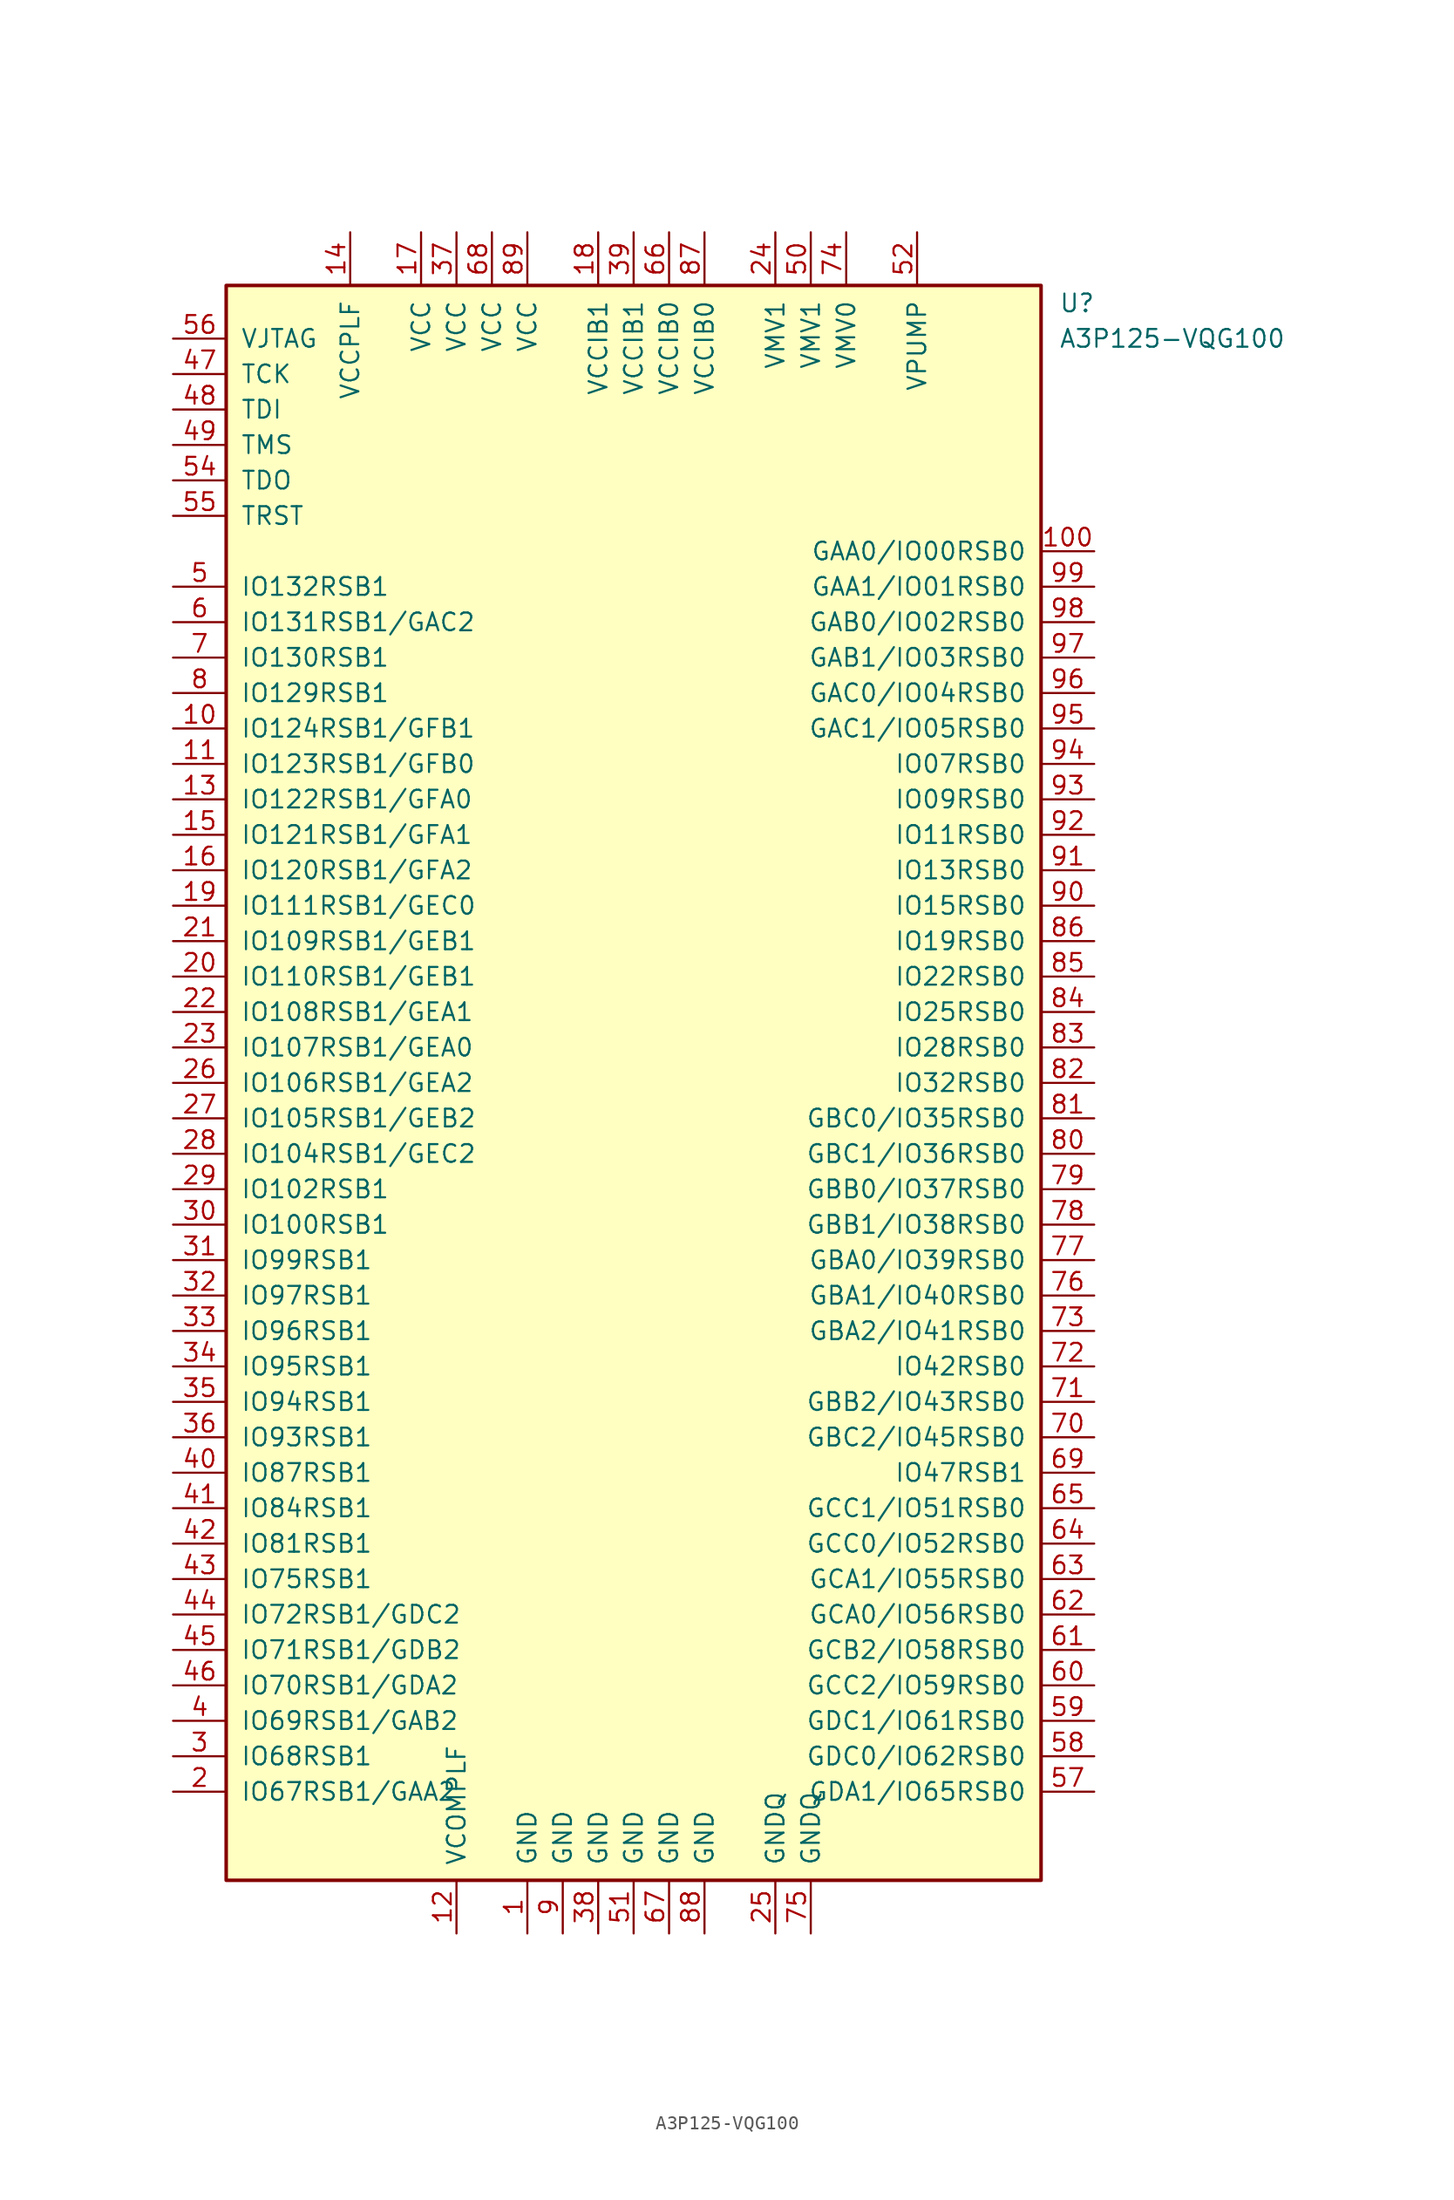
<source format=kicad_sym>
(kicad_symbol_lib
  (version 20231120)
  (generator "kicad_symbol_editor")
  (generator_version "8.0")
  (symbol "A3P125-VQG100"
    (pin_names
      (offset 1.016))
    (property "Reference" "U"
      (at 30.48 55.88 0)
      (effects (font (size 1.27 1.27)) (justify left)))
    (property "Value" "A3P125-VQG100"
      (at 30.48 53.34 0)
      (effects (font (size 1.27 1.27)) (justify left)))
    (symbol "A3P125-VQG100_0_1"
      (rectangle (start -29.21 57.15) (end 29.21 -57.15) (stroke (width 0.254) (type default)) (fill (type background))))
    (symbol "A3P125-VQG100_1_1"
      (pin power_in line (at -7.62 -60.96 90) (length 3.81) (name "GND" (effects (font (size 1.27 1.27)))) (number "1" (effects (font (size 1.27 1.27)))))
      (pin bidirectional line (at -33.02 25.4 0) (length 3.81) (name "IO124RSB1/GFB1" (effects (font (size 1.27 1.27)))) (number "10" (effects (font (size 1.27 1.27)))))
      (pin bidirectional line (at 33.02 38.1 180) (length 3.81) (name "GAA0/IO00RSB0" (effects (font (size 1.27 1.27)))) (number "100" (effects (font (size 1.27 1.27)))))
      (pin bidirectional line (at -33.02 22.86 0) (length 3.81) (name "IO123RSB1/GFB0" (effects (font (size 1.27 1.27)))) (number "11" (effects (font (size 1.27 1.27)))))
      (pin power_in line (at -12.7 -60.96 90) (length 3.81) (name "VCOMPLF" (effects (font (size 1.27 1.27)))) (number "12" (effects (font (size 1.27 1.27)))))
      (pin bidirectional line (at -33.02 20.32 0) (length 3.81) (name "IO122RSB1/GFA0" (effects (font (size 1.27 1.27)))) (number "13" (effects (font (size 1.27 1.27)))))
      (pin power_in line (at -20.32 60.96 270) (length 3.81) (name "VCCPLF" (effects (font (size 1.27 1.27)))) (number "14" (effects (font (size 1.27 1.27)))))
      (pin bidirectional line (at -33.02 17.78 0) (length 3.81) (name "IO121RSB1/GFA1" (effects (font (size 1.27 1.27)))) (number "15" (effects (font (size 1.27 1.27)))))
      (pin bidirectional line (at -33.02 15.24 0) (length 3.81) (name "IO120RSB1/GFA2" (effects (font (size 1.27 1.27)))) (number "16" (effects (font (size 1.27 1.27)))))
      (pin power_in line (at -15.24 60.96 270) (length 3.81) (name "VCC" (effects (font (size 1.27 1.27)))) (number "17" (effects (font (size 1.27 1.27)))))
      (pin power_in line (at -2.54 60.96 270) (length 3.81) (name "VCCIB1" (effects (font (size 1.27 1.27)))) (number "18" (effects (font (size 1.27 1.27)))))
      (pin bidirectional line (at -33.02 12.7 0) (length 3.81) (name "IO111RSB1/GEC0" (effects (font (size 1.27 1.27)))) (number "19" (effects (font (size 1.27 1.27)))))
      (pin bidirectional line (at -33.02 -50.8 0) (length 3.81) (name "IO67RSB1/GAA2" (effects (font (size 1.27 1.27)))) (number "2" (effects (font (size 1.27 1.27)))))
      (pin bidirectional line (at -33.02 7.62 0) (length 3.81) (name "IO110RSB1/GEB1" (effects (font (size 1.27 1.27)))) (number "20" (effects (font (size 1.27 1.27)))))
      (pin bidirectional line (at -33.02 10.16 0) (length 3.81) (name "IO109RSB1/GEB1" (effects (font (size 1.27 1.27)))) (number "21" (effects (font (size 1.27 1.27)))))
      (pin bidirectional line (at -33.02 5.08 0) (length 3.81) (name "IO108RSB1/GEA1" (effects (font (size 1.27 1.27)))) (number "22" (effects (font (size 1.27 1.27)))))
      (pin bidirectional line (at -33.02 2.54 0) (length 3.81) (name "IO107RSB1/GEA0" (effects (font (size 1.27 1.27)))) (number "23" (effects (font (size 1.27 1.27)))))
      (pin power_in line (at 10.16 60.96 270) (length 3.81) (name "VMV1" (effects (font (size 1.27 1.27)))) (number "24" (effects (font (size 1.27 1.27)))))
      (pin power_in line (at 10.16 -60.96 90) (length 3.81) (name "GNDQ" (effects (font (size 1.27 1.27)))) (number "25" (effects (font (size 1.27 1.27)))))
      (pin bidirectional line (at -33.02 0 0) (length 3.81) (name "IO106RSB1/GEA2" (effects (font (size 1.27 1.27)))) (number "26" (effects (font (size 1.27 1.27)))))
      (pin bidirectional line (at -33.02 -2.54 0) (length 3.81) (name "IO105RSB1/GEB2" (effects (font (size 1.27 1.27)))) (number "27" (effects (font (size 1.27 1.27)))))
      (pin bidirectional line (at -33.02 -5.08 0) (length 3.81) (name "IO104RSB1/GEC2" (effects (font (size 1.27 1.27)))) (number "28" (effects (font (size 1.27 1.27)))))
      (pin bidirectional line (at -33.02 -7.62 0) (length 3.81) (name "IO102RSB1" (effects (font (size 1.27 1.27)))) (number "29" (effects (font (size 1.27 1.27)))))
      (pin bidirectional line (at -33.02 -48.26 0) (length 3.81) (name "IO68RSB1" (effects (font (size 1.27 1.27)))) (number "3" (effects (font (size 1.27 1.27)))))
      (pin bidirectional line (at -33.02 -10.16 0) (length 3.81) (name "IO100RSB1" (effects (font (size 1.27 1.27)))) (number "30" (effects (font (size 1.27 1.27)))))
      (pin bidirectional line (at -33.02 -12.7 0) (length 3.81) (name "IO99RSB1" (effects (font (size 1.27 1.27)))) (number "31" (effects (font (size 1.27 1.27)))))
      (pin bidirectional line (at -33.02 -15.24 0) (length 3.81) (name "IO97RSB1" (effects (font (size 1.27 1.27)))) (number "32" (effects (font (size 1.27 1.27)))))
      (pin bidirectional line (at -33.02 -17.78 0) (length 3.81) (name "IO96RSB1" (effects (font (size 1.27 1.27)))) (number "33" (effects (font (size 1.27 1.27)))))
      (pin bidirectional line (at -33.02 -20.32 0) (length 3.81) (name "IO95RSB1" (effects (font (size 1.27 1.27)))) (number "34" (effects (font (size 1.27 1.27)))))
      (pin bidirectional line (at -33.02 -22.86 0) (length 3.81) (name "IO94RSB1" (effects (font (size 1.27 1.27)))) (number "35" (effects (font (size 1.27 1.27)))))
      (pin bidirectional line (at -33.02 -25.4 0) (length 3.81) (name "IO93RSB1" (effects (font (size 1.27 1.27)))) (number "36" (effects (font (size 1.27 1.27)))))
      (pin power_in line (at -12.7 60.96 270) (length 3.81) (name "VCC" (effects (font (size 1.27 1.27)))) (number "37" (effects (font (size 1.27 1.27)))))
      (pin power_in line (at -2.54 -60.96 90) (length 3.81) (name "GND" (effects (font (size 1.27 1.27)))) (number "38" (effects (font (size 1.27 1.27)))))
      (pin power_in line (at 0 60.96 270) (length 3.81) (name "VCCIB1" (effects (font (size 1.27 1.27)))) (number "39" (effects (font (size 1.27 1.27)))))
      (pin bidirectional line (at -33.02 -45.72 0) (length 3.81) (name "IO69RSB1/GAB2" (effects (font (size 1.27 1.27)))) (number "4" (effects (font (size 1.27 1.27)))))
      (pin bidirectional line (at -33.02 -27.94 0) (length 3.81) (name "IO87RSB1" (effects (font (size 1.27 1.27)))) (number "40" (effects (font (size 1.27 1.27)))))
      (pin bidirectional line (at -33.02 -30.48 0) (length 3.81) (name "IO84RSB1" (effects (font (size 1.27 1.27)))) (number "41" (effects (font (size 1.27 1.27)))))
      (pin bidirectional line (at -33.02 -33.02 0) (length 3.81) (name "IO81RSB1" (effects (font (size 1.27 1.27)))) (number "42" (effects (font (size 1.27 1.27)))))
      (pin bidirectional line (at -33.02 -35.56 0) (length 3.81) (name "IO75RSB1" (effects (font (size 1.27 1.27)))) (number "43" (effects (font (size 1.27 1.27)))))
      (pin bidirectional line (at -33.02 -38.1 0) (length 3.81) (name "IO72RSB1/GDC2" (effects (font (size 1.27 1.27)))) (number "44" (effects (font (size 1.27 1.27)))))
      (pin bidirectional line (at -33.02 -40.64 0) (length 3.81) (name "IO71RSB1/GDB2" (effects (font (size 1.27 1.27)))) (number "45" (effects (font (size 1.27 1.27)))))
      (pin bidirectional line (at -33.02 -43.18 0) (length 3.81) (name "IO70RSB1/GDA2" (effects (font (size 1.27 1.27)))) (number "46" (effects (font (size 1.27 1.27)))))
      (pin bidirectional line (at -33.02 50.8 0) (length 3.81) (name "TCK" (effects (font (size 1.27 1.27)))) (number "47" (effects (font (size 1.27 1.27)))))
      (pin bidirectional line (at -33.02 48.26 0) (length 3.81) (name "TDI" (effects (font (size 1.27 1.27)))) (number "48" (effects (font (size 1.27 1.27)))))
      (pin bidirectional line (at -33.02 45.72 0) (length 3.81) (name "TMS" (effects (font (size 1.27 1.27)))) (number "49" (effects (font (size 1.27 1.27)))))
      (pin bidirectional line (at -33.02 35.56 0) (length 3.81) (name "IO132RSB1" (effects (font (size 1.27 1.27)))) (number "5" (effects (font (size 1.27 1.27)))))
      (pin power_in line (at 12.7 60.96 270) (length 3.81) (name "VMV1" (effects (font (size 1.27 1.27)))) (number "50" (effects (font (size 1.27 1.27)))))
      (pin power_in line (at 0 -60.96 90) (length 3.81) (name "GND" (effects (font (size 1.27 1.27)))) (number "51" (effects (font (size 1.27 1.27)))))
      (pin power_in line (at 20.32 60.96 270) (length 3.81) (name "VPUMP" (effects (font (size 1.27 1.27)))) (number "52" (effects (font (size 1.27 1.27)))))
      (pin bidirectional line (at -33.02 43.18 0) (length 3.81) (name "TDO" (effects (font (size 1.27 1.27)))) (number "54" (effects (font (size 1.27 1.27)))))
      (pin bidirectional line (at -33.02 40.64 0) (length 3.81) (name "TRST" (effects (font (size 1.27 1.27)))) (number "55" (effects (font (size 1.27 1.27)))))
      (pin bidirectional line (at -33.02 53.34 0) (length 3.81) (name "VJTAG" (effects (font (size 1.27 1.27)))) (number "56" (effects (font (size 1.27 1.27)))))
      (pin bidirectional line (at 33.02 -50.8 180) (length 3.81) (name "GDA1/IO65RSB0" (effects (font (size 1.27 1.27)))) (number "57" (effects (font (size 1.27 1.27)))))
      (pin bidirectional line (at 33.02 -48.26 180) (length 3.81) (name "GDC0/IO62RSB0" (effects (font (size 1.27 1.27)))) (number "58" (effects (font (size 1.27 1.27)))))
      (pin bidirectional line (at 33.02 -45.72 180) (length 3.81) (name "GDC1/IO61RSB0" (effects (font (size 1.27 1.27)))) (number "59" (effects (font (size 1.27 1.27)))))
      (pin bidirectional line (at -33.02 33.02 0) (length 3.81) (name "IO131RSB1/GAC2" (effects (font (size 1.27 1.27)))) (number "6" (effects (font (size 1.27 1.27)))))
      (pin bidirectional line (at 33.02 -43.18 180) (length 3.81) (name "GCC2/IO59RSB0" (effects (font (size 1.27 1.27)))) (number "60" (effects (font (size 1.27 1.27)))))
      (pin bidirectional line (at 33.02 -40.64 180) (length 3.81) (name "GCB2/IO58RSB0" (effects (font (size 1.27 1.27)))) (number "61" (effects (font (size 1.27 1.27)))))
      (pin bidirectional line (at 33.02 -38.1 180) (length 3.81) (name "GCA0/IO56RSB0" (effects (font (size 1.27 1.27)))) (number "62" (effects (font (size 1.27 1.27)))))
      (pin bidirectional line (at 33.02 -35.56 180) (length 3.81) (name "GCA1/IO55RSB0" (effects (font (size 1.27 1.27)))) (number "63" (effects (font (size 1.27 1.27)))))
      (pin bidirectional line (at 33.02 -33.02 180) (length 3.81) (name "GCC0/IO52RSB0" (effects (font (size 1.27 1.27)))) (number "64" (effects (font (size 1.27 1.27)))))
      (pin bidirectional line (at 33.02 -30.48 180) (length 3.81) (name "GCC1/IO51RSB0" (effects (font (size 1.27 1.27)))) (number "65" (effects (font (size 1.27 1.27)))))
      (pin power_in line (at 2.54 60.96 270) (length 3.81) (name "VCCIB0" (effects (font (size 1.27 1.27)))) (number "66" (effects (font (size 1.27 1.27)))))
      (pin power_in line (at 2.54 -60.96 90) (length 3.81) (name "GND" (effects (font (size 1.27 1.27)))) (number "67" (effects (font (size 1.27 1.27)))))
      (pin power_in line (at -10.16 60.96 270) (length 3.81) (name "VCC" (effects (font (size 1.27 1.27)))) (number "68" (effects (font (size 1.27 1.27)))))
      (pin bidirectional line (at 33.02 -27.94 180) (length 3.81) (name "IO47RSB1" (effects (font (size 1.27 1.27)))) (number "69" (effects (font (size 1.27 1.27)))))
      (pin input line (at -33.02 30.48 0) (length 3.81) (name "IO130RSB1" (effects (font (size 1.27 1.27)))) (number "7" (effects (font (size 1.27 1.27)))))
      (pin bidirectional line (at 33.02 -25.4 180) (length 3.81) (name "GBC2/IO45RSB0" (effects (font (size 1.27 1.27)))) (number "70" (effects (font (size 1.27 1.27)))))
      (pin bidirectional line (at 33.02 -22.86 180) (length 3.81) (name "GBB2/IO43RSB0" (effects (font (size 1.27 1.27)))) (number "71" (effects (font (size 1.27 1.27)))))
      (pin bidirectional line (at 33.02 -20.32 180) (length 3.81) (name "IO42RSB0" (effects (font (size 1.27 1.27)))) (number "72" (effects (font (size 1.27 1.27)))))
      (pin bidirectional line (at 33.02 -17.78 180) (length 3.81) (name "GBA2/IO41RSB0" (effects (font (size 1.27 1.27)))) (number "73" (effects (font (size 1.27 1.27)))))
      (pin power_in line (at 15.24 60.96 270) (length 3.81) (name "VMV0" (effects (font (size 1.27 1.27)))) (number "74" (effects (font (size 1.27 1.27)))))
      (pin power_in line (at 12.7 -60.96 90) (length 3.81) (name "GNDQ" (effects (font (size 1.27 1.27)))) (number "75" (effects (font (size 1.27 1.27)))))
      (pin bidirectional line (at 33.02 -15.24 180) (length 3.81) (name "GBA1/IO40RSB0" (effects (font (size 1.27 1.27)))) (number "76" (effects (font (size 1.27 1.27)))))
      (pin bidirectional line (at 33.02 -12.7 180) (length 3.81) (name "GBA0/IO39RSB0" (effects (font (size 1.27 1.27)))) (number "77" (effects (font (size 1.27 1.27)))))
      (pin bidirectional line (at 33.02 -10.16 180) (length 3.81) (name "GBB1/IO38RSB0" (effects (font (size 1.27 1.27)))) (number "78" (effects (font (size 1.27 1.27)))))
      (pin bidirectional line (at 33.02 -7.62 180) (length 3.81) (name "GBB0/IO37RSB0" (effects (font (size 1.27 1.27)))) (number "79" (effects (font (size 1.27 1.27)))))
      (pin bidirectional line (at -33.02 27.94 0) (length 3.81) (name "IO129RSB1" (effects (font (size 1.27 1.27)))) (number "8" (effects (font (size 1.27 1.27)))))
      (pin bidirectional line (at 33.02 -5.08 180) (length 3.81) (name "GBC1/IO36RSB0" (effects (font (size 1.27 1.27)))) (number "80" (effects (font (size 1.27 1.27)))))
      (pin bidirectional line (at 33.02 -2.54 180) (length 3.81) (name "GBC0/IO35RSB0" (effects (font (size 1.27 1.27)))) (number "81" (effects (font (size 1.27 1.27)))))
      (pin bidirectional line (at 33.02 0 180) (length 3.81) (name "IO32RSB0" (effects (font (size 1.27 1.27)))) (number "82" (effects (font (size 1.27 1.27)))))
      (pin bidirectional line (at 33.02 2.54 180) (length 3.81) (name "IO28RSB0" (effects (font (size 1.27 1.27)))) (number "83" (effects (font (size 1.27 1.27)))))
      (pin bidirectional line (at 33.02 5.08 180) (length 3.81) (name "IO25RSB0" (effects (font (size 1.27 1.27)))) (number "84" (effects (font (size 1.27 1.27)))))
      (pin bidirectional line (at 33.02 7.62 180) (length 3.81) (name "IO22RSB0" (effects (font (size 1.27 1.27)))) (number "85" (effects (font (size 1.27 1.27)))))
      (pin bidirectional line (at 33.02 10.16 180) (length 3.81) (name "IO19RSB0" (effects (font (size 1.27 1.27)))) (number "86" (effects (font (size 1.27 1.27)))))
      (pin power_in line (at 5.08 60.96 270) (length 3.81) (name "VCCIB0" (effects (font (size 1.27 1.27)))) (number "87" (effects (font (size 1.27 1.27)))))
      (pin power_in line (at 5.08 -60.96 90) (length 3.81) (name "GND" (effects (font (size 1.27 1.27)))) (number "88" (effects (font (size 1.27 1.27)))))
      (pin power_in line (at -7.62 60.96 270) (length 3.81) (name "VCC" (effects (font (size 1.27 1.27)))) (number "89" (effects (font (size 1.27 1.27)))))
      (pin power_in line (at -5.08 -60.96 90) (length 3.81) (name "GND" (effects (font (size 1.27 1.27)))) (number "9" (effects (font (size 1.27 1.27)))))
      (pin input line (at 33.02 12.7 180) (length 3.81) (name "IO15RSB0" (effects (font (size 1.27 1.27)))) (number "90" (effects (font (size 1.27 1.27)))))
      (pin bidirectional line (at 33.02 15.24 180) (length 3.81) (name "IO13RSB0" (effects (font (size 1.27 1.27)))) (number "91" (effects (font (size 1.27 1.27)))))
      (pin bidirectional line (at 33.02 17.78 180) (length 3.81) (name "IO11RSB0" (effects (font (size 1.27 1.27)))) (number "92" (effects (font (size 1.27 1.27)))))
      (pin bidirectional line (at 33.02 20.32 180) (length 3.81) (name "IO09RSB0" (effects (font (size 1.27 1.27)))) (number "93" (effects (font (size 1.27 1.27)))))
      (pin bidirectional line (at 33.02 22.86 180) (length 3.81) (name "IO07RSB0" (effects (font (size 1.27 1.27)))) (number "94" (effects (font (size 1.27 1.27)))))
      (pin bidirectional line (at 33.02 25.4 180) (length 3.81) (name "GAC1/IO05RSB0" (effects (font (size 1.27 1.27)))) (number "95" (effects (font (size 1.27 1.27)))))
      (pin bidirectional line (at 33.02 27.94 180) (length 3.81) (name "GAC0/IO04RSB0" (effects (font (size 1.27 1.27)))) (number "96" (effects (font (size 1.27 1.27)))))
      (pin bidirectional line (at 33.02 30.48 180) (length 3.81) (name "GAB1/IO03RSB0" (effects (font (size 1.27 1.27)))) (number "97" (effects (font (size 1.27 1.27)))))
      (pin bidirectional line (at 33.02 33.02 180) (length 3.81) (name "GAB0/IO02RSB0" (effects (font (size 1.27 1.27)))) (number "98" (effects (font (size 1.27 1.27)))))
      (pin bidirectional line (at 33.02 35.56 180) (length 3.81) (name "GAA1/IO01RSB0" (effects (font (size 1.27 1.27)))) (number "99" (effects (font (size 1.27 1.27))))))))
</source>
